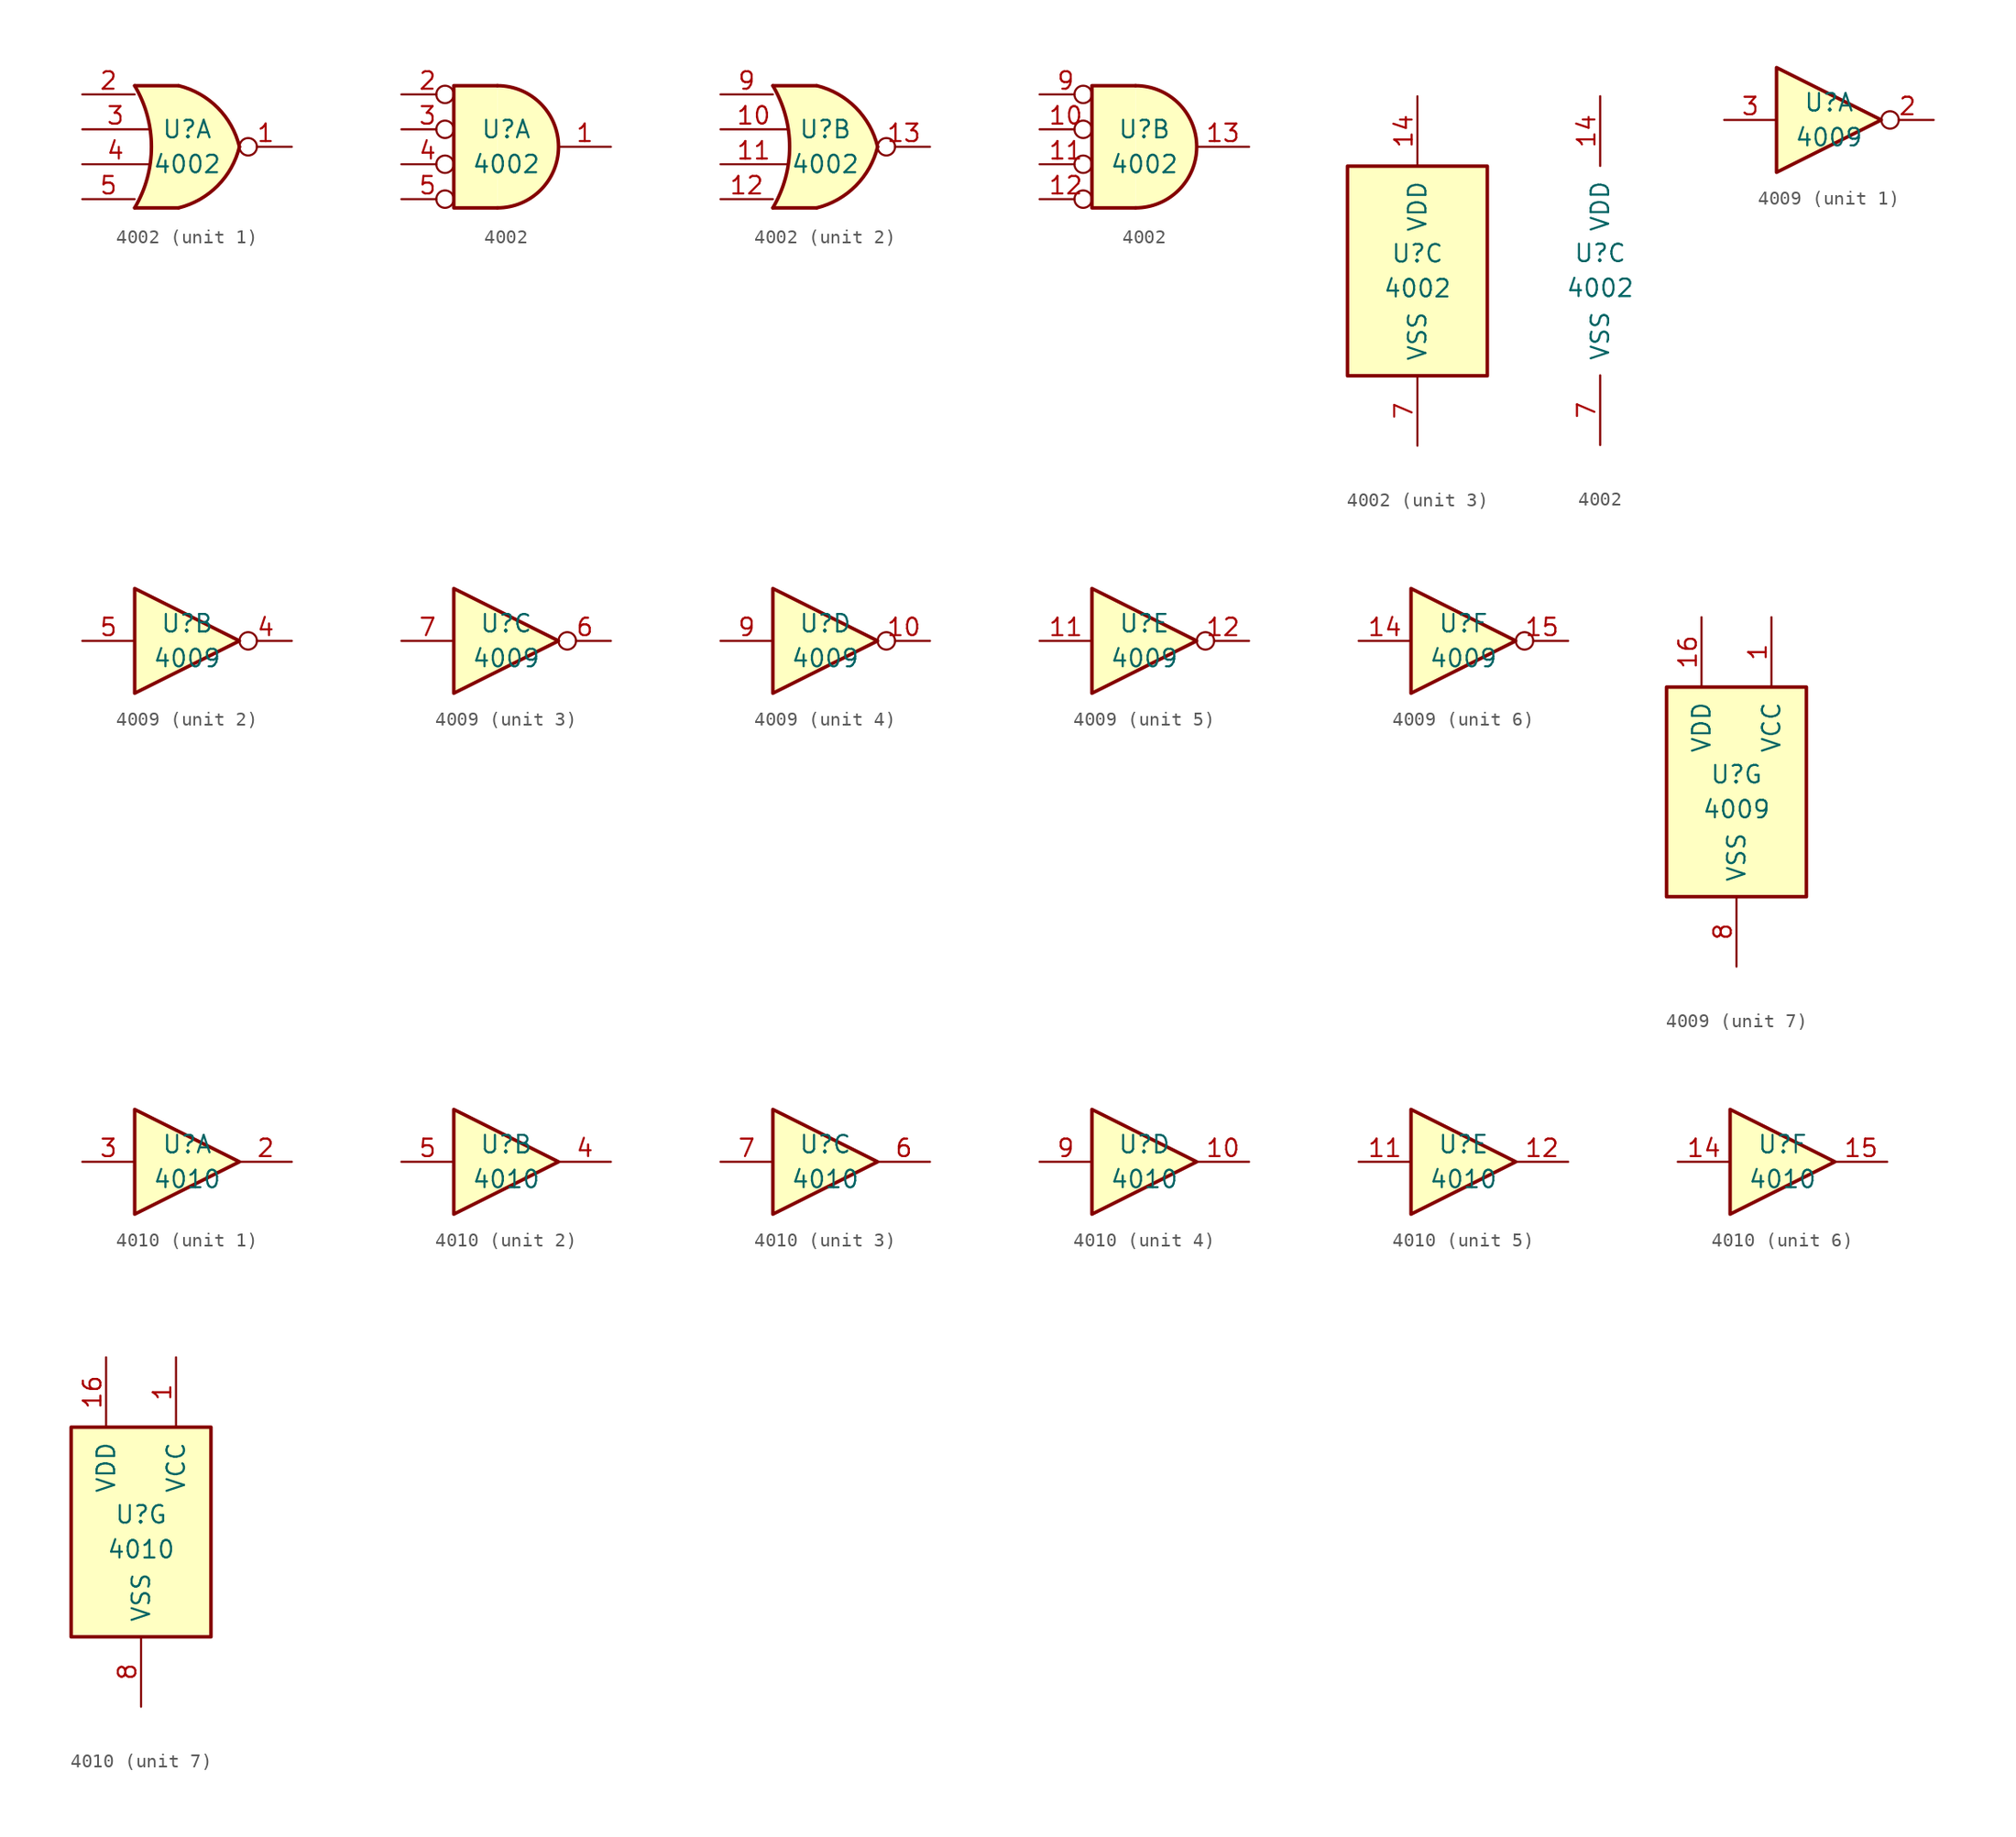
<source format=kicad_sym>
(kicad_symbol_lib
  (version 20201005)
  (generator kicad_symbol_editor)
  (symbol "4xxx:4002"
    (pin_names
      (offset 1.016))
    (property "Reference" "U"
      (at 0 1.27 0)
      (effects (font (size 1.27 1.27))))
    (property "Value" "4002"
      (at 0 -1.27 0)
      (effects (font (size 1.27 1.27))))
    (property "ki_locked" ""
      (at 0 0 0)
      (effects (font (size 1.27 1.27))))
    (symbol "4002_1_1"
      (arc (start -3.81 4.445) (end -3.81 -4.445) (radius (at -11.303 0) (length 8.7122) (angles 30.6 -30.6)) (stroke (width 0.254)) (fill (type none)))
      (arc (start 3.81 0) (end -0.6096 4.445) (radius (at -2.0574 -1.4224) (length 6.0452) (angles 13.7 76.8)) (stroke (width 0.254)) (fill (type background)))
      (arc (start 3.81 0) (end -0.6096 -4.445) (radius (at -2.0574 1.4224) (length 6.0452) (angles -13.7 -76.8)) (stroke (width 0.254)) (fill (type background)))
      (polyline (pts (xy -3.81 -4.445) (xy -0.635 -4.445)) (stroke (width 0.254)) (fill (type background)))
      (polyline (pts (xy -3.81 4.445) (xy -0.635 4.445)) (stroke (width 0.254)) (fill (type background)))
      (polyline (pts (xy -0.635 4.445) (xy -3.81 4.445) (xy -3.81 4.445) (xy -3.632 4.089) (xy -3.099 2.921) (xy -2.769 1.676) (xy -2.616 0.432) (xy -2.642 -0.864) (xy -2.87 -2.108) (xy -3.251 -3.327) (xy -3.81 -4.445) (xy -3.81 -4.445) (xy -0.635 -4.445)) (stroke (width -25.4)) (fill (type background)))
      (pin output inverted (at 7.62 0 180) (length 3.81) (name "~" (effects (font (size 1.27 1.27)))) (number "1" (effects (font (size 1.27 1.27)))))
      (pin input line (at -7.62 3.81 0) (length 3.81) (name "~" (effects (font (size 1.27 1.27)))) (number "2" (effects (font (size 1.27 1.27)))))
      (pin input line (at -7.62 1.27 0) (length 4.826) (name "~" (effects (font (size 1.27 1.27)))) (number "3" (effects (font (size 1.27 1.27)))))
      (pin input line (at -7.62 -1.27 0) (length 4.826) (name "~" (effects (font (size 1.27 1.27)))) (number "4" (effects (font (size 1.27 1.27)))))
      (pin input line (at -7.62 -3.81 0) (length 3.81) (name "~" (effects (font (size 1.27 1.27)))) (number "5" (effects (font (size 1.27 1.27))))))
    (symbol "4002_1_2"
      (arc (start -0.635 -4.445) (end -0.635 4.445) (radius (at -0.635 0) (length 4.445) (angles -89.9 89.9)) (stroke (width 0.254)) (fill (type background)))
      (polyline (pts (xy -0.635 4.445) (xy -3.81 4.445) (xy -3.81 -4.445) (xy -0.635 -4.445)) (stroke (width 0.254)) (fill (type background)))
      (pin output line (at 7.62 0 180) (length 3.81) (name "~" (effects (font (size 1.27 1.27)))) (number "1" (effects (font (size 1.27 1.27)))))
      (pin input inverted (at -7.62 3.81 0) (length 3.81) (name "~" (effects (font (size 1.27 1.27)))) (number "2" (effects (font (size 1.27 1.27)))))
      (pin input inverted (at -7.62 1.27 0) (length 3.81) (name "~" (effects (font (size 1.27 1.27)))) (number "3" (effects (font (size 1.27 1.27)))))
      (pin input inverted (at -7.62 -1.27 0) (length 3.81) (name "~" (effects (font (size 1.27 1.27)))) (number "4" (effects (font (size 1.27 1.27)))))
      (pin input inverted (at -7.62 -3.81 0) (length 3.81) (name "~" (effects (font (size 1.27 1.27)))) (number "5" (effects (font (size 1.27 1.27))))))
    (symbol "4002_2_1"
      (arc (start -3.81 4.445) (end -3.81 -4.445) (radius (at -11.303 0) (length 8.7122) (angles 30.6 -30.6)) (stroke (width 0.254)) (fill (type none)))
      (arc (start 3.81 0) (end -0.6096 4.445) (radius (at -2.0574 -1.4224) (length 6.0452) (angles 13.7 76.8)) (stroke (width 0.254)) (fill (type background)))
      (arc (start 3.81 0) (end -0.6096 -4.445) (radius (at -2.0574 1.4224) (length 6.0452) (angles -13.7 -76.8)) (stroke (width 0.254)) (fill (type background)))
      (polyline (pts (xy -3.81 -4.445) (xy -0.635 -4.445)) (stroke (width 0.254)) (fill (type background)))
      (polyline (pts (xy -3.81 4.445) (xy -0.635 4.445)) (stroke (width 0.254)) (fill (type background)))
      (polyline (pts (xy -0.635 4.445) (xy -3.81 4.445) (xy -3.81 4.445) (xy -3.632 4.089) (xy -3.099 2.921) (xy -2.769 1.676) (xy -2.616 0.432) (xy -2.642 -0.864) (xy -2.87 -2.108) (xy -3.251 -3.327) (xy -3.81 -4.445) (xy -3.81 -4.445) (xy -0.635 -4.445)) (stroke (width -25.4)) (fill (type background)))
      (pin input line (at -7.62 1.27 0) (length 4.826) (name "~" (effects (font (size 1.27 1.27)))) (number "10" (effects (font (size 1.27 1.27)))))
      (pin input line (at -7.62 -1.27 0) (length 4.826) (name "~" (effects (font (size 1.27 1.27)))) (number "11" (effects (font (size 1.27 1.27)))))
      (pin input line (at -7.62 -3.81 0) (length 3.81) (name "~" (effects (font (size 1.27 1.27)))) (number "12" (effects (font (size 1.27 1.27)))))
      (pin output inverted (at 7.62 0 180) (length 3.81) (name "~" (effects (font (size 1.27 1.27)))) (number "13" (effects (font (size 1.27 1.27)))))
      (pin input line (at -7.62 3.81 0) (length 3.81) (name "~" (effects (font (size 1.27 1.27)))) (number "9" (effects (font (size 1.27 1.27))))))
    (symbol "4002_2_2"
      (arc (start -0.635 -4.445) (end -0.635 4.445) (radius (at -0.635 0) (length 4.445) (angles -89.9 89.9)) (stroke (width 0.254)) (fill (type background)))
      (polyline (pts (xy -0.635 4.445) (xy -3.81 4.445) (xy -3.81 -4.445) (xy -0.635 -4.445)) (stroke (width 0.254)) (fill (type background)))
      (pin input inverted (at -7.62 1.27 0) (length 3.81) (name "~" (effects (font (size 1.27 1.27)))) (number "10" (effects (font (size 1.27 1.27)))))
      (pin input inverted (at -7.62 -1.27 0) (length 3.81) (name "~" (effects (font (size 1.27 1.27)))) (number "11" (effects (font (size 1.27 1.27)))))
      (pin input inverted (at -7.62 -3.81 0) (length 3.81) (name "~" (effects (font (size 1.27 1.27)))) (number "12" (effects (font (size 1.27 1.27)))))
      (pin output line (at 7.62 0 180) (length 3.81) (name "~" (effects (font (size 1.27 1.27)))) (number "13" (effects (font (size 1.27 1.27)))))
      (pin input inverted (at -7.62 3.81 0) (length 3.81) (name "~" (effects (font (size 1.27 1.27)))) (number "9" (effects (font (size 1.27 1.27))))))
    (symbol "4002_3_0"
      (pin power_in line (at 0 12.7 270) (length 5.08) (name "VDD" (effects (font (size 1.27 1.27)))) (number "14" (effects (font (size 1.27 1.27)))))
      (pin power_in line (at 0 -12.7 90) (length 5.08) (name "VSS" (effects (font (size 1.27 1.27)))) (number "7" (effects (font (size 1.27 1.27))))))
    (symbol "4002_3_1"
      (rectangle (start -5.08 7.62) (end 5.08 -7.62) (stroke (width 0.254)) (fill (type background)))))
  (symbol "4xxx:4009"
    (pin_names
      (offset 1.016))
    (property "Reference" "U"
      (at 0 1.27 0)
      (effects (font (size 1.27 1.27))))
    (property "Value" "4009"
      (at 0 -1.27 0)
      (effects (font (size 1.27 1.27))))
    (property "ki_locked" ""
      (at 0 0 0)
      (effects (font (size 1.27 1.27))))
    (symbol "4009_1_0"
      (polyline (pts (xy -3.81 3.81) (xy -3.81 -3.81) (xy 3.81 0) (xy -3.81 3.81)) (stroke (width 0.254)) (fill (type background)))
      (pin output inverted (at 7.62 0 180) (length 3.81) (name "~" (effects (font (size 1.27 1.27)))) (number "2" (effects (font (size 1.27 1.27)))))
      (pin input line (at -7.62 0 0) (length 3.81) (name "~" (effects (font (size 1.27 1.27)))) (number "3" (effects (font (size 1.27 1.27))))))
    (symbol "4009_2_0"
      (polyline (pts (xy -3.81 3.81) (xy -3.81 -3.81) (xy 3.81 0) (xy -3.81 3.81)) (stroke (width 0.254)) (fill (type background)))
      (pin output inverted (at 7.62 0 180) (length 3.81) (name "~" (effects (font (size 1.27 1.27)))) (number "4" (effects (font (size 1.27 1.27)))))
      (pin input line (at -7.62 0 0) (length 3.81) (name "~" (effects (font (size 1.27 1.27)))) (number "5" (effects (font (size 1.27 1.27))))))
    (symbol "4009_3_0"
      (polyline (pts (xy -3.81 3.81) (xy -3.81 -3.81) (xy 3.81 0) (xy -3.81 3.81)) (stroke (width 0.254)) (fill (type background)))
      (pin output inverted (at 7.62 0 180) (length 3.81) (name "~" (effects (font (size 1.27 1.27)))) (number "6" (effects (font (size 1.27 1.27)))))
      (pin input line (at -7.62 0 0) (length 3.81) (name "~" (effects (font (size 1.27 1.27)))) (number "7" (effects (font (size 1.27 1.27))))))
    (symbol "4009_4_0"
      (polyline (pts (xy -3.81 3.81) (xy -3.81 -3.81) (xy 3.81 0) (xy -3.81 3.81)) (stroke (width 0.254)) (fill (type background)))
      (pin output inverted (at 7.62 0 180) (length 3.81) (name "~" (effects (font (size 1.27 1.27)))) (number "10" (effects (font (size 1.27 1.27)))))
      (pin input line (at -7.62 0 0) (length 3.81) (name "~" (effects (font (size 1.27 1.27)))) (number "9" (effects (font (size 1.27 1.27))))))
    (symbol "4009_5_0"
      (polyline (pts (xy -3.81 3.81) (xy -3.81 -3.81) (xy 3.81 0) (xy -3.81 3.81)) (stroke (width 0.254)) (fill (type background)))
      (pin input line (at -7.62 0 0) (length 3.81) (name "~" (effects (font (size 1.27 1.27)))) (number "11" (effects (font (size 1.27 1.27)))))
      (pin output inverted (at 7.62 0 180) (length 3.81) (name "~" (effects (font (size 1.27 1.27)))) (number "12" (effects (font (size 1.27 1.27))))))
    (symbol "4009_6_0"
      (polyline (pts (xy -3.81 3.81) (xy -3.81 -3.81) (xy 3.81 0) (xy -3.81 3.81)) (stroke (width 0.254)) (fill (type background)))
      (pin input line (at -7.62 0 0) (length 3.81) (name "~" (effects (font (size 1.27 1.27)))) (number "14" (effects (font (size 1.27 1.27)))))
      (pin output inverted (at 7.62 0 180) (length 3.81) (name "~" (effects (font (size 1.27 1.27)))) (number "15" (effects (font (size 1.27 1.27))))))
    (symbol "4009_7_0"
      (pin power_in line (at -2.54 12.7 270) (length 5.08) (name "VDD" (effects (font (size 1.27 1.27)))) (number "16" (effects (font (size 1.27 1.27)))))
      (pin power_in line (at 2.54 12.7 270) (length 5.08) (name "VCC" (effects (font (size 1.27 1.27)))) (number "1" (effects (font (size 1.27 1.27)))))
      (pin power_in line (at 0 -12.7 90) (length 5.08) (name "VSS" (effects (font (size 1.27 1.27)))) (number "8" (effects (font (size 1.27 1.27))))))
    (symbol "4009_7_1"
      (rectangle (start -5.08 7.62) (end 5.08 -7.62) (stroke (width 0.254)) (fill (type background)))))
  (symbol "4xxx:4010"
    (pin_names
      (offset 1.016))
    (property "Reference" "U"
      (at 0 1.27 0)
      (effects (font (size 1.27 1.27))))
    (property "Value" "4010"
      (at 0 -1.27 0)
      (effects (font (size 1.27 1.27))))
    (property "ki_locked" ""
      (at 0 0 0)
      (effects (font (size 1.27 1.27))))
    (symbol "4010_1_0"
      (polyline (pts (xy -3.81 3.81) (xy -3.81 -3.81) (xy 3.81 0) (xy -3.81 3.81)) (stroke (width 0.254)) (fill (type background)))
      (pin output line (at 7.62 0 180) (length 3.81) (name "~" (effects (font (size 1.27 1.27)))) (number "2" (effects (font (size 1.27 1.27)))))
      (pin input line (at -7.62 0 0) (length 3.81) (name "~" (effects (font (size 1.27 1.27)))) (number "3" (effects (font (size 1.27 1.27))))))
    (symbol "4010_2_0"
      (polyline (pts (xy -3.81 3.81) (xy -3.81 -3.81) (xy 3.81 0) (xy -3.81 3.81)) (stroke (width 0.254)) (fill (type background)))
      (pin output line (at 7.62 0 180) (length 3.81) (name "~" (effects (font (size 1.27 1.27)))) (number "4" (effects (font (size 1.27 1.27)))))
      (pin input line (at -7.62 0 0) (length 3.81) (name "~" (effects (font (size 1.27 1.27)))) (number "5" (effects (font (size 1.27 1.27))))))
    (symbol "4010_3_0"
      (polyline (pts (xy -3.81 3.81) (xy -3.81 -3.81) (xy 3.81 0) (xy -3.81 3.81)) (stroke (width 0.254)) (fill (type background)))
      (pin output line (at 7.62 0 180) (length 3.81) (name "~" (effects (font (size 1.27 1.27)))) (number "6" (effects (font (size 1.27 1.27)))))
      (pin input line (at -7.62 0 0) (length 3.81) (name "~" (effects (font (size 1.27 1.27)))) (number "7" (effects (font (size 1.27 1.27))))))
    (symbol "4010_4_0"
      (polyline (pts (xy -3.81 3.81) (xy -3.81 -3.81) (xy 3.81 0) (xy -3.81 3.81)) (stroke (width 0.254)) (fill (type background)))
      (pin output line (at 7.62 0 180) (length 3.81) (name "~" (effects (font (size 1.27 1.27)))) (number "10" (effects (font (size 1.27 1.27)))))
      (pin input line (at -7.62 0 0) (length 3.81) (name "~" (effects (font (size 1.27 1.27)))) (number "9" (effects (font (size 1.27 1.27))))))
    (symbol "4010_5_0"
      (polyline (pts (xy -3.81 3.81) (xy -3.81 -3.81) (xy 3.81 0) (xy -3.81 3.81)) (stroke (width 0.254)) (fill (type background)))
      (pin input line (at -7.62 0 0) (length 3.81) (name "~" (effects (font (size 1.27 1.27)))) (number "11" (effects (font (size 1.27 1.27)))))
      (pin output line (at 7.62 0 180) (length 3.81) (name "~" (effects (font (size 1.27 1.27)))) (number "12" (effects (font (size 1.27 1.27))))))
    (symbol "4010_6_0"
      (polyline (pts (xy -3.81 3.81) (xy -3.81 -3.81) (xy 3.81 0) (xy -3.81 3.81)) (stroke (width 0.254)) (fill (type background)))
      (pin input line (at -7.62 0 0) (length 3.81) (name "~" (effects (font (size 1.27 1.27)))) (number "14" (effects (font (size 1.27 1.27)))))
      (pin output line (at 7.62 0 180) (length 3.81) (name "~" (effects (font (size 1.27 1.27)))) (number "15" (effects (font (size 1.27 1.27))))))
    (symbol "4010_7_0"
      (pin power_in line (at -2.54 12.7 270) (length 5.08) (name "VDD" (effects (font (size 1.27 1.27)))) (number "16" (effects (font (size 1.27 1.27)))))
      (pin power_in line (at 2.54 12.7 270) (length 5.08) (name "VCC" (effects (font (size 1.27 1.27)))) (number "1" (effects (font (size 1.27 1.27)))))
      (pin power_in line (at 0 -12.7 90) (length 5.08) (name "VSS" (effects (font (size 1.27 1.27)))) (number "8" (effects (font (size 1.27 1.27))))))
    (symbol "4010_7_1"
      (rectangle (start -5.08 7.62) (end 5.08 -7.62) (stroke (width 0.254)) (fill (type background))))))
</source>
